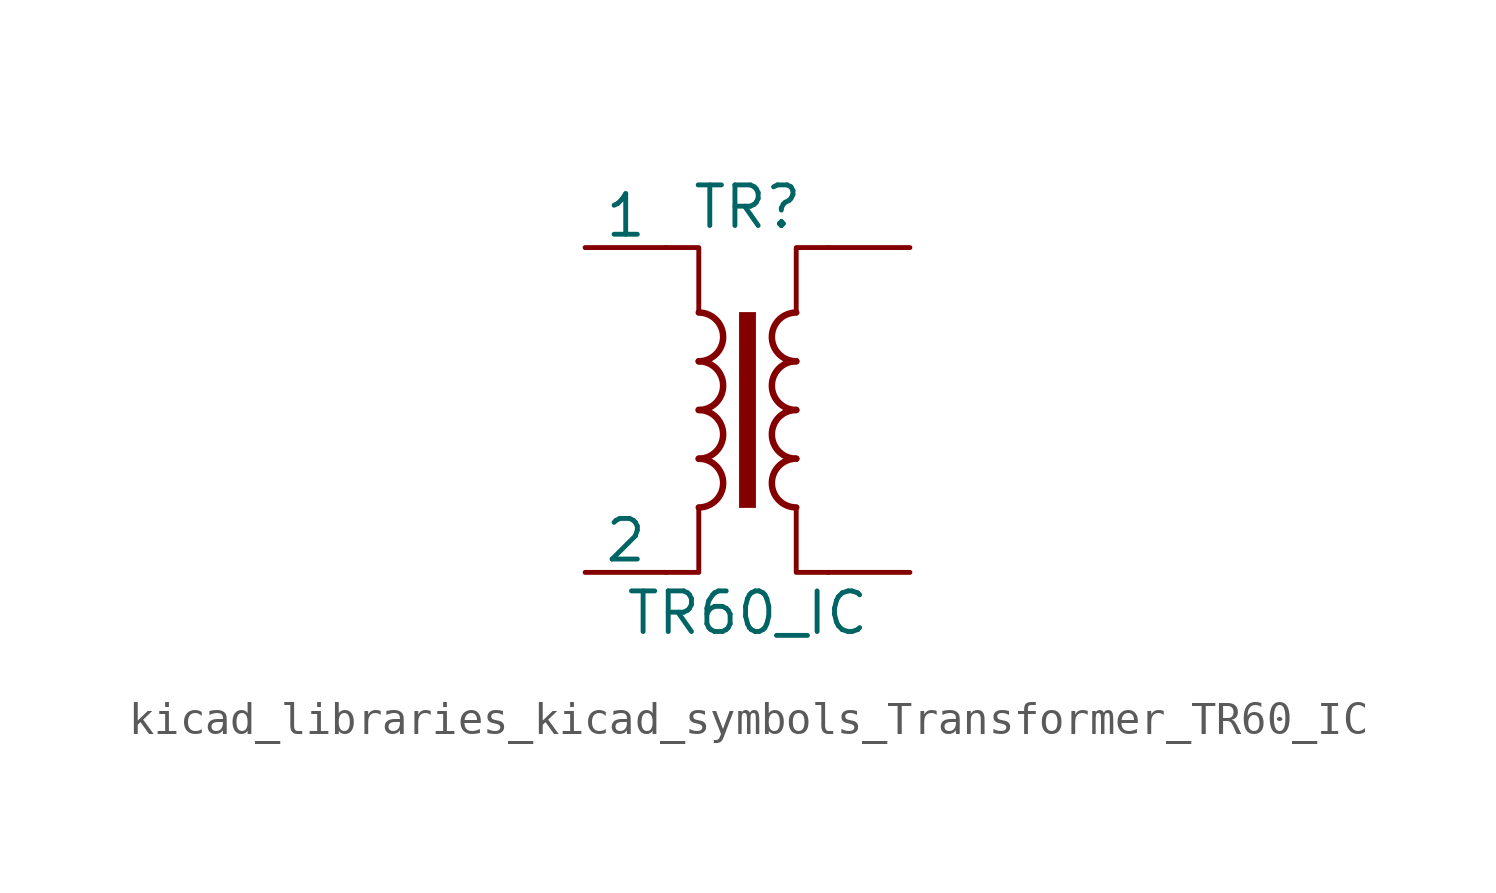
<source format=kicad_sym>
(kicad_symbol_lib
  (version 20220914)
  (generator kicad_symbol_editor)
  (symbol "kicad_libraries_kicad_symbols_Transformer_TR60_IC"
    (pin_numbers hide)
    (pin_names
      (offset 0))
    (property "Reference" "TR"
      (at 0 6.35 0)
      (effects (font (size 1.27 1.27))))
    (property "Value" "TR60_IC"
      (at 0 -6.35 0)
      (effects (font (size 1.27 1.27))))
    (symbol "kicad_libraries_kicad_symbols_Transformer_TR60_IC_0_1"
      (arc (start -1.524 -3.048) (mid -0.7653 -2.286) (end -1.524 -1.524) (stroke (width 0.2032) (type default)) (fill (type none)))
      (arc (start -1.524 -1.524) (mid -0.7653 -0.762) (end -1.524 0) (stroke (width 0.2032) (type default)) (fill (type none)))
      (arc (start -1.524 0) (mid -0.7653 0.762) (end -1.524 1.524) (stroke (width 0.2032) (type default)) (fill (type none)))
      (arc (start -1.524 1.524) (mid -0.7653 2.286) (end -1.524 3.048) (stroke (width 0.2032) (type default)) (fill (type none)))
      (rectangle (start -0.254 3.048) (end 0.254 -3.048) (stroke (width 0.025) (type default)) (fill (type outline)))
      (polyline (pts (xy -2.54 5.08) (xy -1.524 5.08) (xy -1.524 3.048) (xy -1.524 3.048)) (stroke (width 0.152) (type default)) (fill (type none)))
      (polyline (pts (xy -1.524 -3.048) (xy -1.524 -5.08) (xy -2.54 -5.08) (xy -2.54 -5.08)) (stroke (width 0.152) (type default)) (fill (type none)))
      (polyline (pts (xy 1.524 3.048) (xy 1.524 5.08) (xy 2.54 5.08) (xy 2.54 5.08)) (stroke (width 0.152) (type default)) (fill (type none)))
      (polyline (pts (xy 2.54 -5.08) (xy 1.524 -5.08) (xy 1.524 -3.048) (xy 1.524 -3.048)) (stroke (width 0.152) (type default)) (fill (type none)))
      (arc (start 1.524 -1.524) (mid 0.7653 -2.286) (end 1.524 -3.048) (stroke (width 0.2032) (type default)) (fill (type none)))
      (arc (start 1.524 0) (mid 0.7653 -0.762) (end 1.524 -1.524) (stroke (width 0.2032) (type default)) (fill (type none)))
      (arc (start 1.524 1.524) (mid 0.7653 0.762) (end 1.524 0) (stroke (width 0.2032) (type default)) (fill (type none)))
      (arc (start 1.524 3.048) (mid 0.7653 2.286) (end 1.524 1.524) (stroke (width 0.2032) (type default)) (fill (type none))))
    (symbol "kicad_libraries_kicad_symbols_Transformer_TR60_IC_1_1"
      (pin passive line (at -5.08 5.08 0) (length 2.54) (name "1" (effects (font (size 1.27 1.27)))) (number "1" (effects (font (size 1.27 1.27)))))
      (pin passive line (at -5.08 -5.08 0) (length 2.54) (name "2" (effects (font (size 1.27 1.27)))) (number "2" (effects (font (size 1.27 1.27)))))
      (pin passive line (at 5.08 5.08 180) (length 2.54) (name "~" (effects (font (size 1.27 1.27)))) (number "3" (effects (font (size 1.27 1.27)))))
      (pin passive line (at 5.08 -5.08 180) (length 2.54) (name "~" (effects (font (size 1.27 1.27)))) (number "4" (effects (font (size 1.27 1.27))))))))
</source>
